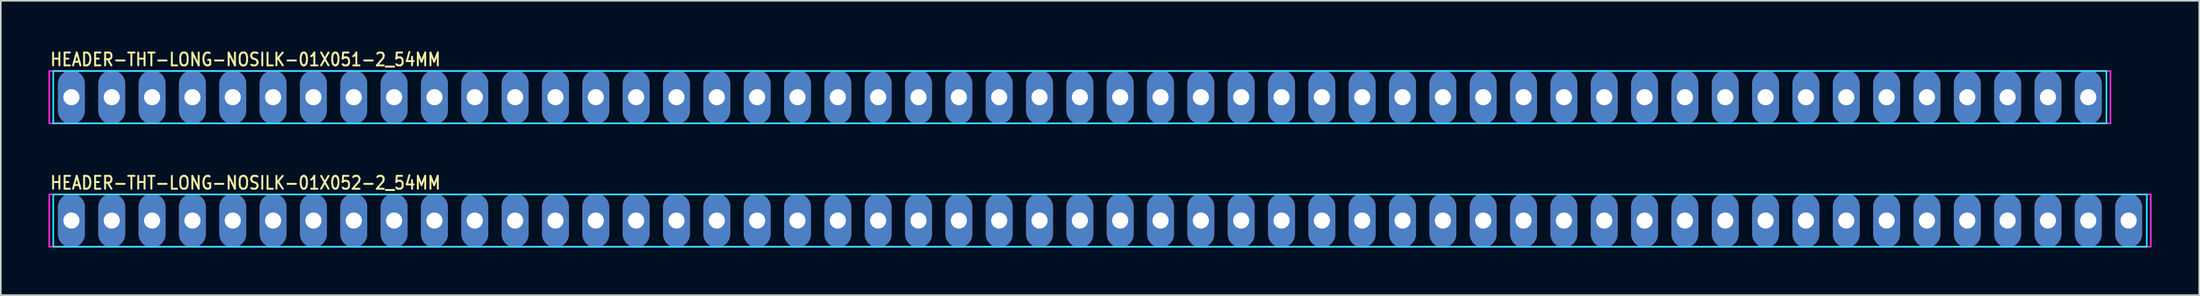
<source format=kicad_pcb>
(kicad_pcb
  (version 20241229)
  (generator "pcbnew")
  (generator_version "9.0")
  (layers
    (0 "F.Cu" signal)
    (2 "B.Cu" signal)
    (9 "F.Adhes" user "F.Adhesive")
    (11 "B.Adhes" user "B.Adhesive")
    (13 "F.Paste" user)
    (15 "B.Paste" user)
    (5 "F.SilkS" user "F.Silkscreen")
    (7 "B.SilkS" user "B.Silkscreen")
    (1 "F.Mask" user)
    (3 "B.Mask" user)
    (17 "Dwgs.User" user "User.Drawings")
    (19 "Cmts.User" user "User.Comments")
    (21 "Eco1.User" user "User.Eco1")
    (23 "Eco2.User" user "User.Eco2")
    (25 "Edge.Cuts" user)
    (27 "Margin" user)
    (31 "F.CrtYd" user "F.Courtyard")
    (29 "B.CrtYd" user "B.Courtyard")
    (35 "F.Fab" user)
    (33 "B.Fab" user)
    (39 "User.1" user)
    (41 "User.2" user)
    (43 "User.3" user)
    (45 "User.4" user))
  (footprint "HEADER-THT-LONG-NOSILK-01X051-2_54MM"
    (layer "F.Cu")
    (at 1.447 3.079)
    (property "Reference" "HEADER-THT-LONG-NOSILK-01X051-2_54MM" (at -1.4 -1.9 0) (unlocked yes) (layer "F.SilkS") (effects (font (size 0.813 0.695) (thickness 0.122)) (justify left bottom)))
    (fp_poly (pts (xy -1.143 -1.651) (xy 128.143 -1.651) (xy 128.143 1.651) (xy -1.143 1.651)) (stroke (width 0.1) (type solid)) (fill no) (layer "B.CrtYd"))
    (fp_poly (pts (xy -1.397 -1.651) (xy 128.397 -1.651) (xy 128.397 1.651) (xy -1.397 1.651)) (stroke (width 0.1) (type solid)) (fill no) (layer "F.CrtYd"))
    (pad "P$1" thru_hole oval (at 0 0 90) (size 3.387 1.693) (drill 1.016) (layers "*.Cu" "*.Mask"))
    (pad "P$2" thru_hole oval (at 2.54 0 90) (size 3.387 1.693) (drill 1.016) (layers "*.Cu" "*.Mask"))
    (pad "P$3" thru_hole oval (at 5.08 0 90) (size 3.387 1.693) (drill 1.016) (layers "*.Cu" "*.Mask"))
    (pad "P$4" thru_hole oval (at 7.62 0 90) (size 3.387 1.693) (drill 1.016) (layers "*.Cu" "*.Mask"))
    (pad "P$5" thru_hole oval (at 10.16 0 90) (size 3.387 1.693) (drill 1.016) (layers "*.Cu" "*.Mask"))
    (pad "P$6" thru_hole oval (at 12.7 0 90) (size 3.387 1.693) (drill 1.016) (layers "*.Cu" "*.Mask"))
    (pad "P$7" thru_hole oval (at 15.24 0 90) (size 3.387 1.693) (drill 1.016) (layers "*.Cu" "*.Mask"))
    (pad "P$8" thru_hole oval (at 17.78 0 90) (size 3.387 1.693) (drill 1.016) (layers "*.Cu" "*.Mask"))
    (pad "P$9" thru_hole oval (at 20.32 0 90) (size 3.387 1.693) (drill 1.016) (layers "*.Cu" "*.Mask"))
    (pad "P$10" thru_hole oval (at 22.86 0 90) (size 3.387 1.693) (drill 1.016) (layers "*.Cu" "*.Mask"))
    (pad "P$11" thru_hole oval (at 25.4 0 90) (size 3.387 1.693) (drill 1.016) (layers "*.Cu" "*.Mask"))
    (pad "P$12" thru_hole oval (at 27.94 0 90) (size 3.387 1.693) (drill 1.016) (layers "*.Cu" "*.Mask"))
    (pad "P$13" thru_hole oval (at 30.48 0 90) (size 3.387 1.693) (drill 1.016) (layers "*.Cu" "*.Mask"))
    (pad "P$14" thru_hole oval (at 33.02 0 90) (size 3.387 1.693) (drill 1.016) (layers "*.Cu" "*.Mask"))
    (pad "P$15" thru_hole oval (at 35.56 0 90) (size 3.387 1.693) (drill 1.016) (layers "*.Cu" "*.Mask"))
    (pad "P$16" thru_hole oval (at 38.1 0 90) (size 3.387 1.693) (drill 1.016) (layers "*.Cu" "*.Mask"))
    (pad "P$17" thru_hole oval (at 40.64 0 90) (size 3.387 1.693) (drill 1.016) (layers "*.Cu" "*.Mask"))
    (pad "P$18" thru_hole oval (at 43.18 0 90) (size 3.387 1.693) (drill 1.016) (layers "*.Cu" "*.Mask"))
    (pad "P$19" thru_hole oval (at 45.72 0 90) (size 3.387 1.693) (drill 1.016) (layers "*.Cu" "*.Mask"))
    (pad "P$20" thru_hole oval (at 48.26 0 90) (size 3.387 1.693) (drill 1.016) (layers "*.Cu" "*.Mask"))
    (pad "P$21" thru_hole oval (at 50.8 0 90) (size 3.387 1.693) (drill 1.016) (layers "*.Cu" "*.Mask"))
    (pad "P$22" thru_hole oval (at 53.34 0 90) (size 3.387 1.693) (drill 1.016) (layers "*.Cu" "*.Mask"))
    (pad "P$23" thru_hole oval (at 55.88 0 90) (size 3.387 1.693) (drill 1.016) (layers "*.Cu" "*.Mask"))
    (pad "P$24" thru_hole oval (at 58.42 0 90) (size 3.387 1.693) (drill 1.016) (layers "*.Cu" "*.Mask"))
    (pad "P$25" thru_hole oval (at 60.96 0 90) (size 3.387 1.693) (drill 1.016) (layers "*.Cu" "*.Mask"))
    (pad "P$26" thru_hole oval (at 63.5 0 90) (size 3.387 1.693) (drill 1.016) (layers "*.Cu" "*.Mask"))
    (pad "P$27" thru_hole oval (at 66.04 0 90) (size 3.387 1.693) (drill 1.016) (layers "*.Cu" "*.Mask"))
    (pad "P$28" thru_hole oval (at 68.58 0 90) (size 3.387 1.693) (drill 1.016) (layers "*.Cu" "*.Mask"))
    (pad "P$29" thru_hole oval (at 71.12 0 90) (size 3.387 1.693) (drill 1.016) (layers "*.Cu" "*.Mask"))
    (pad "P$30" thru_hole oval (at 73.66 0 90) (size 3.387 1.693) (drill 1.016) (layers "*.Cu" "*.Mask"))
    (pad "P$31" thru_hole oval (at 76.2 0 90) (size 3.387 1.693) (drill 1.016) (layers "*.Cu" "*.Mask"))
    (pad "P$32" thru_hole oval (at 78.74 0 90) (size 3.387 1.693) (drill 1.016) (layers "*.Cu" "*.Mask"))
    (pad "P$33" thru_hole oval (at 81.28 0 90) (size 3.387 1.693) (drill 1.016) (layers "*.Cu" "*.Mask"))
    (pad "P$34" thru_hole oval (at 83.82 0 90) (size 3.387 1.693) (drill 1.016) (layers "*.Cu" "*.Mask"))
    (pad "P$35" thru_hole oval (at 86.36 0 90) (size 3.387 1.693) (drill 1.016) (layers "*.Cu" "*.Mask"))
    (pad "P$36" thru_hole oval (at 88.9 0 90) (size 3.387 1.693) (drill 1.016) (layers "*.Cu" "*.Mask"))
    (pad "P$37" thru_hole oval (at 91.44 0 90) (size 3.387 1.693) (drill 1.016) (layers "*.Cu" "*.Mask"))
    (pad "P$38" thru_hole oval (at 93.98 0 90) (size 3.387 1.693) (drill 1.016) (layers "*.Cu" "*.Mask"))
    (pad "P$39" thru_hole oval (at 96.52 0 90) (size 3.387 1.693) (drill 1.016) (layers "*.Cu" "*.Mask"))
    (pad "P$40" thru_hole oval (at 99.06 0 90) (size 3.387 1.693) (drill 1.016) (layers "*.Cu" "*.Mask"))
    (pad "P$41" thru_hole oval (at 101.6 0 90) (size 3.387 1.693) (drill 1.016) (layers "*.Cu" "*.Mask"))
    (pad "P$42" thru_hole oval (at 104.14 0 90) (size 3.387 1.693) (drill 1.016) (layers "*.Cu" "*.Mask"))
    (pad "P$43" thru_hole oval (at 106.68 0 90) (size 3.387 1.693) (drill 1.016) (layers "*.Cu" "*.Mask"))
    (pad "P$44" thru_hole oval (at 109.22 0 90) (size 3.387 1.693) (drill 1.016) (layers "*.Cu" "*.Mask"))
    (pad "P$45" thru_hole oval (at 111.76 0 90) (size 3.387 1.693) (drill 1.016) (layers "*.Cu" "*.Mask"))
    (pad "P$46" thru_hole oval (at 114.3 0 90) (size 3.387 1.693) (drill 1.016) (layers "*.Cu" "*.Mask"))
    (pad "P$47" thru_hole oval (at 116.84 0 90) (size 3.387 1.693) (drill 1.016) (layers "*.Cu" "*.Mask"))
    (pad "P$48" thru_hole oval (at 119.38 0 90) (size 3.387 1.693) (drill 1.016) (layers "*.Cu" "*.Mask"))
    (pad "P$49" thru_hole oval (at 121.92 0 90) (size 3.387 1.693) (drill 1.016) (layers "*.Cu" "*.Mask"))
    (pad "P$50" thru_hole oval (at 124.46 0 90) (size 3.387 1.693) (drill 1.016) (layers "*.Cu" "*.Mask"))
    (pad "P$51" thru_hole oval (at 127 0 90) (size 3.387 1.693) (drill 1.016) (layers "*.Cu" "*.Mask")))
  (footprint "HEADER-THT-LONG-NOSILK-01X052-2_54MM"
    (layer "F.Cu")
    (at 1.447 10.858)
    (property "Reference" "HEADER-THT-LONG-NOSILK-01X052-2_54MM" (at -1.4 -1.9 0) (unlocked yes) (layer "F.SilkS") (effects (font (size 0.813 0.695) (thickness 0.122)) (justify left bottom)))
    (fp_poly (pts (xy -1.143 -1.651) (xy 130.683 -1.651) (xy 130.683 1.651) (xy -1.143 1.651)) (stroke (width 0.1) (type solid)) (fill no) (layer "B.CrtYd"))
    (fp_poly (pts (xy -1.397 -1.651) (xy 130.937 -1.651) (xy 130.937 1.651) (xy -1.397 1.651)) (stroke (width 0.1) (type solid)) (fill no) (layer "F.CrtYd"))
    (pad "P$1" thru_hole oval (at 0 0 90) (size 3.387 1.693) (drill 1.016) (layers "*.Cu" "*.Mask"))
    (pad "P$2" thru_hole oval (at 2.54 0 90) (size 3.387 1.693) (drill 1.016) (layers "*.Cu" "*.Mask"))
    (pad "P$3" thru_hole oval (at 5.08 0 90) (size 3.387 1.693) (drill 1.016) (layers "*.Cu" "*.Mask"))
    (pad "P$4" thru_hole oval (at 7.62 0 90) (size 3.387 1.693) (drill 1.016) (layers "*.Cu" "*.Mask"))
    (pad "P$5" thru_hole oval (at 10.16 0 90) (size 3.387 1.693) (drill 1.016) (layers "*.Cu" "*.Mask"))
    (pad "P$6" thru_hole oval (at 12.7 0 90) (size 3.387 1.693) (drill 1.016) (layers "*.Cu" "*.Mask"))
    (pad "P$7" thru_hole oval (at 15.24 0 90) (size 3.387 1.693) (drill 1.016) (layers "*.Cu" "*.Mask"))
    (pad "P$8" thru_hole oval (at 17.78 0 90) (size 3.387 1.693) (drill 1.016) (layers "*.Cu" "*.Mask"))
    (pad "P$9" thru_hole oval (at 20.32 0 90) (size 3.387 1.693) (drill 1.016) (layers "*.Cu" "*.Mask"))
    (pad "P$10" thru_hole oval (at 22.86 0 90) (size 3.387 1.693) (drill 1.016) (layers "*.Cu" "*.Mask"))
    (pad "P$11" thru_hole oval (at 25.4 0 90) (size 3.387 1.693) (drill 1.016) (layers "*.Cu" "*.Mask"))
    (pad "P$12" thru_hole oval (at 27.94 0 90) (size 3.387 1.693) (drill 1.016) (layers "*.Cu" "*.Mask"))
    (pad "P$13" thru_hole oval (at 30.48 0 90) (size 3.387 1.693) (drill 1.016) (layers "*.Cu" "*.Mask"))
    (pad "P$14" thru_hole oval (at 33.02 0 90) (size 3.387 1.693) (drill 1.016) (layers "*.Cu" "*.Mask"))
    (pad "P$15" thru_hole oval (at 35.56 0 90) (size 3.387 1.693) (drill 1.016) (layers "*.Cu" "*.Mask"))
    (pad "P$16" thru_hole oval (at 38.1 0 90) (size 3.387 1.693) (drill 1.016) (layers "*.Cu" "*.Mask"))
    (pad "P$17" thru_hole oval (at 40.64 0 90) (size 3.387 1.693) (drill 1.016) (layers "*.Cu" "*.Mask"))
    (pad "P$18" thru_hole oval (at 43.18 0 90) (size 3.387 1.693) (drill 1.016) (layers "*.Cu" "*.Mask"))
    (pad "P$19" thru_hole oval (at 45.72 0 90) (size 3.387 1.693) (drill 1.016) (layers "*.Cu" "*.Mask"))
    (pad "P$20" thru_hole oval (at 48.26 0 90) (size 3.387 1.693) (drill 1.016) (layers "*.Cu" "*.Mask"))
    (pad "P$21" thru_hole oval (at 50.8 0 90) (size 3.387 1.693) (drill 1.016) (layers "*.Cu" "*.Mask"))
    (pad "P$22" thru_hole oval (at 53.34 0 90) (size 3.387 1.693) (drill 1.016) (layers "*.Cu" "*.Mask"))
    (pad "P$23" thru_hole oval (at 55.88 0 90) (size 3.387 1.693) (drill 1.016) (layers "*.Cu" "*.Mask"))
    (pad "P$24" thru_hole oval (at 58.42 0 90) (size 3.387 1.693) (drill 1.016) (layers "*.Cu" "*.Mask"))
    (pad "P$25" thru_hole oval (at 60.96 0 90) (size 3.387 1.693) (drill 1.016) (layers "*.Cu" "*.Mask"))
    (pad "P$26" thru_hole oval (at 63.5 0 90) (size 3.387 1.693) (drill 1.016) (layers "*.Cu" "*.Mask"))
    (pad "P$27" thru_hole oval (at 66.04 0 90) (size 3.387 1.693) (drill 1.016) (layers "*.Cu" "*.Mask"))
    (pad "P$28" thru_hole oval (at 68.58 0 90) (size 3.387 1.693) (drill 1.016) (layers "*.Cu" "*.Mask"))
    (pad "P$29" thru_hole oval (at 71.12 0 90) (size 3.387 1.693) (drill 1.016) (layers "*.Cu" "*.Mask"))
    (pad "P$30" thru_hole oval (at 73.66 0 90) (size 3.387 1.693) (drill 1.016) (layers "*.Cu" "*.Mask"))
    (pad "P$31" thru_hole oval (at 76.2 0 90) (size 3.387 1.693) (drill 1.016) (layers "*.Cu" "*.Mask"))
    (pad "P$32" thru_hole oval (at 78.74 0 90) (size 3.387 1.693) (drill 1.016) (layers "*.Cu" "*.Mask"))
    (pad "P$33" thru_hole oval (at 81.28 0 90) (size 3.387 1.693) (drill 1.016) (layers "*.Cu" "*.Mask"))
    (pad "P$34" thru_hole oval (at 83.82 0 90) (size 3.387 1.693) (drill 1.016) (layers "*.Cu" "*.Mask"))
    (pad "P$35" thru_hole oval (at 86.36 0 90) (size 3.387 1.693) (drill 1.016) (layers "*.Cu" "*.Mask"))
    (pad "P$36" thru_hole oval (at 88.9 0 90) (size 3.387 1.693) (drill 1.016) (layers "*.Cu" "*.Mask"))
    (pad "P$37" thru_hole oval (at 91.44 0 90) (size 3.387 1.693) (drill 1.016) (layers "*.Cu" "*.Mask"))
    (pad "P$38" thru_hole oval (at 93.98 0 90) (size 3.387 1.693) (drill 1.016) (layers "*.Cu" "*.Mask"))
    (pad "P$39" thru_hole oval (at 96.52 0 90) (size 3.387 1.693) (drill 1.016) (layers "*.Cu" "*.Mask"))
    (pad "P$40" thru_hole oval (at 99.06 0 90) (size 3.387 1.693) (drill 1.016) (layers "*.Cu" "*.Mask"))
    (pad "P$41" thru_hole oval (at 101.6 0 90) (size 3.387 1.693) (drill 1.016) (layers "*.Cu" "*.Mask"))
    (pad "P$42" thru_hole oval (at 104.14 0 90) (size 3.387 1.693) (drill 1.016) (layers "*.Cu" "*.Mask"))
    (pad "P$43" thru_hole oval (at 106.68 0 90) (size 3.387 1.693) (drill 1.016) (layers "*.Cu" "*.Mask"))
    (pad "P$44" thru_hole oval (at 109.22 0 90) (size 3.387 1.693) (drill 1.016) (layers "*.Cu" "*.Mask"))
    (pad "P$45" thru_hole oval (at 111.76 0 90) (size 3.387 1.693) (drill 1.016) (layers "*.Cu" "*.Mask"))
    (pad "P$46" thru_hole oval (at 114.3 0 90) (size 3.387 1.693) (drill 1.016) (layers "*.Cu" "*.Mask"))
    (pad "P$47" thru_hole oval (at 116.84 0 90) (size 3.387 1.693) (drill 1.016) (layers "*.Cu" "*.Mask"))
    (pad "P$48" thru_hole oval (at 119.38 0 90) (size 3.387 1.693) (drill 1.016) (layers "*.Cu" "*.Mask"))
    (pad "P$49" thru_hole oval (at 121.92 0 90) (size 3.387 1.693) (drill 1.016) (layers "*.Cu" "*.Mask"))
    (pad "P$50" thru_hole oval (at 124.46 0 90) (size 3.387 1.693) (drill 1.016) (layers "*.Cu" "*.Mask"))
    (pad "P$51" thru_hole oval (at 127 0 90) (size 3.387 1.693) (drill 1.016) (layers "*.Cu" "*.Mask"))
    (pad "P$52" thru_hole oval (at 129.54 0 90) (size 3.387 1.693) (drill 1.016) (layers "*.Cu" "*.Mask")))
  (gr_rect
    (start -3 -3)
    (end 135.434 15.559)
    (stroke (width 0.1) (type default))
    (fill no)
    (layer "Edge.Cuts")))
</source>
